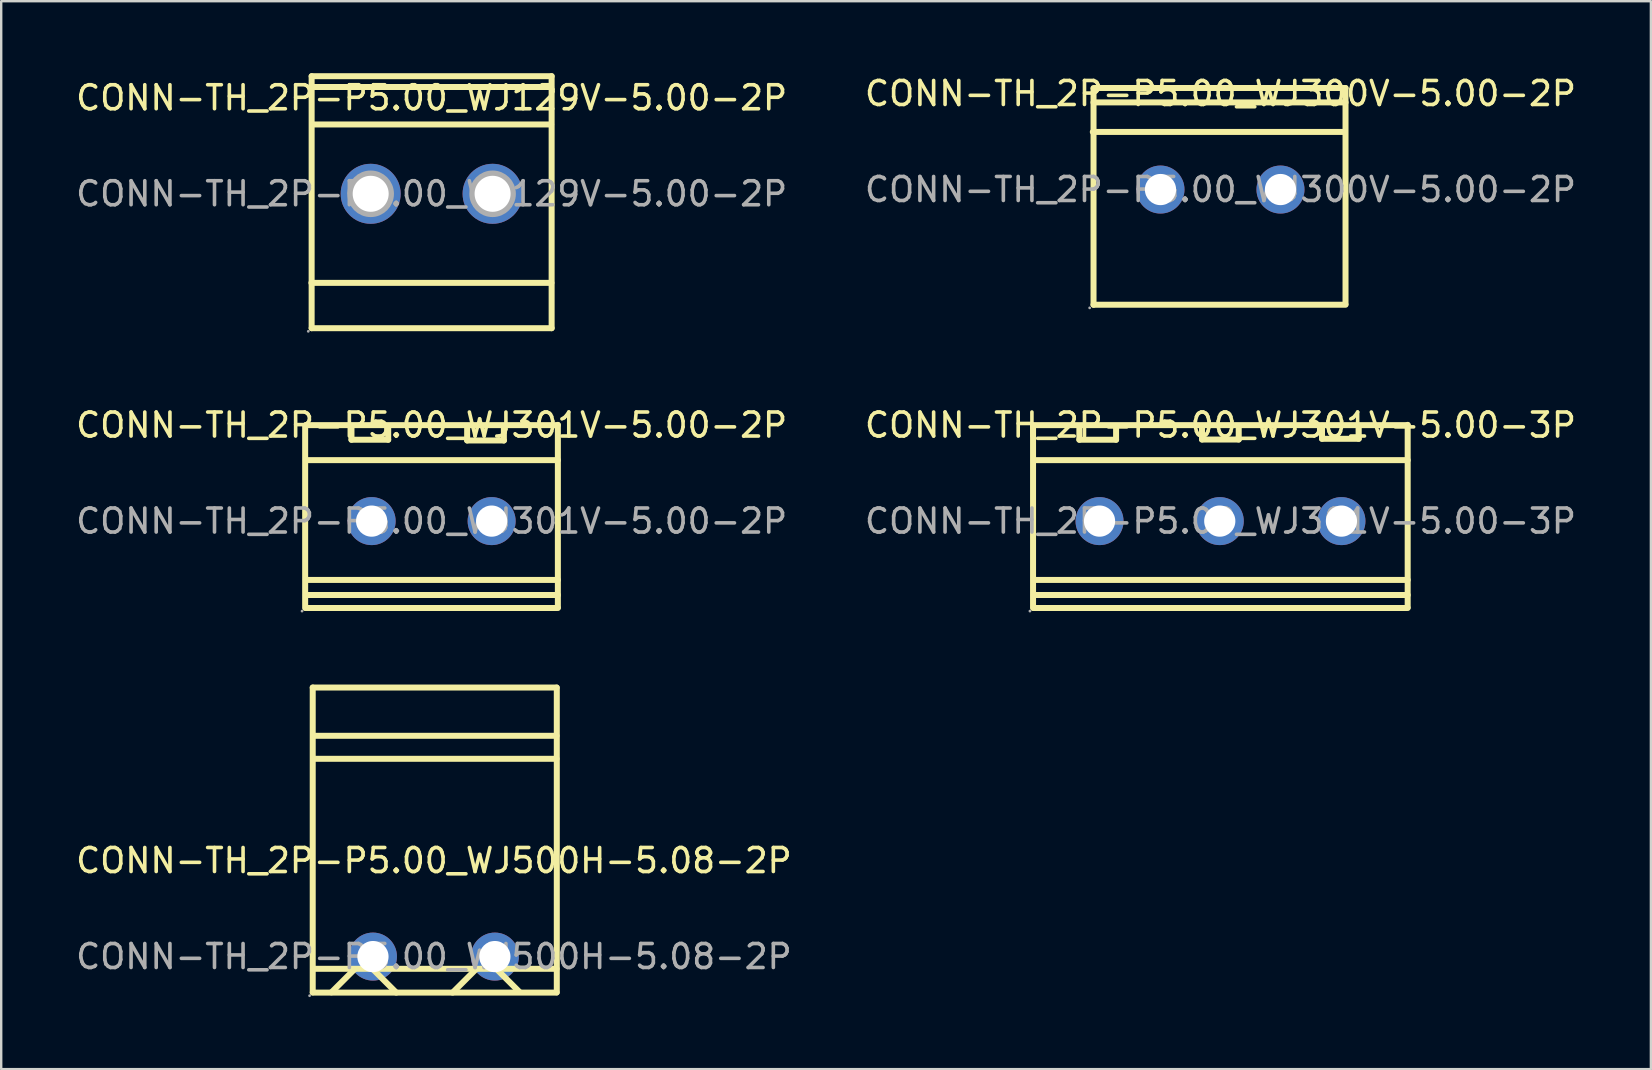
<source format=kicad_pcb>
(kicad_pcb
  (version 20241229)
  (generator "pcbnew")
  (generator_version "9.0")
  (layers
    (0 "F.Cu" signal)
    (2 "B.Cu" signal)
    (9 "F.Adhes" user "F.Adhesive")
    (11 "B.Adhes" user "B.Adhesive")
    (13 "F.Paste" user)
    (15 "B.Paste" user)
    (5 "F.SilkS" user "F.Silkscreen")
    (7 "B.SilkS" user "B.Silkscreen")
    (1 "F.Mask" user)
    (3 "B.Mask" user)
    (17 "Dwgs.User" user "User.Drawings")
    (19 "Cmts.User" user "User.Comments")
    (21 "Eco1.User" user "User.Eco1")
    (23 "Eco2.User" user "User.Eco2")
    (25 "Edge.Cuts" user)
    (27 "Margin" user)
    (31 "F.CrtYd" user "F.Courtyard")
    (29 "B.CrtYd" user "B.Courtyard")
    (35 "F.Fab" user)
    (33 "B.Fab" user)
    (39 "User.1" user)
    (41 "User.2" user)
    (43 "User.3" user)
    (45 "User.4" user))
  (footprint "CONN-TH_2P-P5.00_WJ500H-5.08-2P"
    (layer "F.Cu")
    (at 15.03 36.808)
    (property "Reference" "CONN-TH_2P-P5.00_WJ500H-5.08-2P" (at 0 -4 0) (layer "F.SilkS") (effects (font (size 1 1) (thickness 0.15))))
    (attr through_hole)
    (fp_line (start -5.05 -11.21) (end -5.05 1.49) (stroke (width 0.25) (type solid)) (layer "F.SilkS"))
    (fp_line (start -3.31 0.53) (end -4.27 1.49) (stroke (width 0.25) (type solid)) (layer "F.SilkS"))
    (fp_line (start -2.53 0.54) (end -1.57 1.5) (stroke (width 0.25) (type solid)) (layer "F.SilkS"))
    (fp_line (start 1.74 0.54) (end 0.78 1.5) (stroke (width 0.25) (type solid)) (layer "F.SilkS"))
    (fp_line (start 2.6 0.51) (end 3.56 1.47) (stroke (width 0.25) (type solid)) (layer "F.SilkS"))
    (fp_line (start 5.11 -11.21) (end -5.05 -11.21) (stroke (width 0.25) (type solid)) (layer "F.SilkS"))
    (fp_line (start 5.11 -9.2) (end -5.02 -9.2) (stroke (width 0.25) (type solid)) (layer "F.SilkS"))
    (fp_line (start 5.11 -8.24) (end -5.02 -8.24) (stroke (width 0.25) (type solid)) (layer "F.SilkS"))
    (fp_line (start 5.11 0.51) (end -5.04 0.51) (stroke (width 0.25) (type solid)) (layer "F.SilkS"))
    (fp_line (start 5.11 1.5) (end -5.05 1.5) (stroke (width 0.25) (type solid)) (layer "F.SilkS"))
    (fp_line (start 5.12 -11.21) (end 5.12 1.49) (stroke (width 0.25) (type solid)) (layer "F.SilkS"))
    (fp_circle (center -5.18 1.63) (end -5.15 1.63) (stroke (width 0.06) (type solid)) (fill no) (layer "F.Fab"))
    (fp_circle (center -2.54 0) (end -2.26 0) (stroke (width 0.55) (type solid)) (fill no) (layer "F.Fab"))
    (fp_circle (center 2.54 0) (end 2.82 0) (stroke (width 0.55) (type solid)) (fill no) (layer "F.Fab"))
    (fp_text user "${REFERENCE}" (at 0 0 0) (layer "F.Fab") (effects (font (size 1 1) (thickness 0.15))))
    (pad "1" thru_hole circle (at -2.54 0 180) (size 2 2) (drill 1.3) (layers "*.Cu" "*.Paste" "*.Mask"))
    (pad "2" thru_hole circle (at 2.54 0 180) (size 2 2) (drill 1.3) (layers "*.Cu" "*.Paste" "*.Mask")))
  (footprint "CONN-TH_2P-P5.00_WJ129V-5.00-2P"
    (layer "F.Cu")
    (at 14.935 5.025)
    (property "Reference" "CONN-TH_2P-P5.00_WJ129V-5.00-2P" (at 0 -4 0) (layer "F.SilkS") (effects (font (size 1 1) (thickness 0.15))))
    (attr through_hole)
    (fp_line (start -5.01 3.71) (end 4.99 3.71) (stroke (width 0.25) (type solid)) (layer "F.SilkS"))
    (fp_line (start -5 -4.9) (end -5 5.6) (stroke (width 0.25) (type solid)) (layer "F.SilkS"))
    (fp_line (start -5 -4.9) (end 5 -4.9) (stroke (width 0.25) (type solid)) (layer "F.SilkS"))
    (fp_line (start -5 5.6) (end 5 5.6) (stroke (width 0.25) (type solid)) (layer "F.SilkS"))
    (fp_line (start -4.99 -4.45) (end 4.98 -4.45) (stroke (width 0.25) (type solid)) (layer "F.SilkS"))
    (fp_line (start -4.98 -2.89) (end 4.98 -2.89) (stroke (width 0.25) (type solid)) (layer "F.SilkS"))
    (fp_line (start 5 -4.9) (end 5 5.6) (stroke (width 0.25) (type solid)) (layer "F.SilkS"))
    (fp_circle (center -5.14 5.73) (end -5.11 5.73) (stroke (width 0.06) (type solid)) (fill no) (layer "F.Fab"))
    (fp_circle (center -2.54 0) (end -2.22 0) (stroke (width 0.65) (type solid)) (fill no) (layer "F.Fab"))
    (fp_circle (center 2.54 0) (end 2.86 0) (stroke (width 0.65) (type solid)) (fill no) (layer "F.Fab"))
    (fp_text user "${REFERENCE}" (at 0 0 0) (layer "F.Fab") (effects (font (size 1 1) (thickness 0.15))))
    (pad "1" thru_hole circle (at -2.54 0) (size 2.5 2.5) (drill 1.5) (layers "*.Cu" "*.Paste" "*.Mask"))
    (pad "2" thru_hole circle (at 2.54 0) (size 2.5 2.5) (drill 1.5) (layers "*.Cu" "*.Paste" "*.Mask")))
  (footprint "CONN-TH_2P-P5.00_WJ300V-5.00-2P"
    (layer "F.Cu")
    (at 47.804 4.848)
    (property "Reference" "CONN-TH_2P-P5.00_WJ300V-5.00-2P" (at 0 -4 0) (layer "F.SilkS") (effects (font (size 1 1) (thickness 0.15))))
    (attr through_hole)
    (fp_line (start -5.32 -2.4) (end 5.18 -2.4) (stroke (width 0.25) (type solid)) (layer "F.SilkS"))
    (fp_line (start -5.29 -4.23) (end 5.21 -4.23) (stroke (width 0.25) (type solid)) (layer "F.SilkS"))
    (fp_line (start -5.29 -4.2) (end -5.29 4.8) (stroke (width 0.25) (type solid)) (layer "F.SilkS"))
    (fp_line (start -5.29 -3.63) (end 5.21 -3.63) (stroke (width 0.25) (type solid)) (layer "F.SilkS"))
    (fp_line (start -5.29 4.8) (end 5.21 4.8) (stroke (width 0.25) (type solid)) (layer "F.SilkS"))
    (fp_line (start 5.21 -4.23) (end 5.21 4.77) (stroke (width 0.25) (type solid)) (layer "F.SilkS"))
    (fp_circle (center -5.45 4.93) (end -5.42 4.93) (stroke (width 0.06) (type solid)) (fill no) (layer "F.Fab"))
    (fp_circle (center -2.5 0) (end -2.22 0) (stroke (width 0.55) (type solid)) (fill no) (layer "F.Fab"))
    (fp_circle (center 2.5 0) (end 2.78 0) (stroke (width 0.55) (type solid)) (fill no) (layer "F.Fab"))
    (fp_text user "${REFERENCE}" (at 0 0 0) (layer "F.Fab") (effects (font (size 1 1) (thickness 0.15))))
    (pad "1" thru_hole circle (at -2.5 0) (size 2 2) (drill 1.3) (layers "*.Cu" "*.Paste" "*.Mask"))
    (pad "2" thru_hole circle (at 2.5 0) (size 2 2) (drill 1.3) (layers "*.Cu" "*.Paste" "*.Mask")))
  (footprint "CONN-TH_2P-P5.00_WJ301V-5.00-2P"
    (layer "F.Cu")
    (at 14.935 18.663)
    (property "Reference" "CONN-TH_2P-P5.00_WJ301V-5.00-2P" (at 0 -4 0) (layer "F.SilkS") (effects (font (size 1 1) (thickness 0.15))))
    (attr through_hole)
    (fp_line (start -5.27 -3.98) (end -5.27 3.62) (stroke (width 0.25) (type solid)) (layer "F.SilkS"))
    (fp_line (start -5.24 -4) (end 5.26 -4) (stroke (width 0.25) (type solid)) (layer "F.SilkS"))
    (fp_line (start -5.24 -2.54) (end 5.26 -2.54) (stroke (width 0.25) (type solid)) (layer "F.SilkS"))
    (fp_line (start -5.24 2.45) (end 5.26 2.45) (stroke (width 0.25) (type solid)) (layer "F.SilkS"))
    (fp_line (start -5.24 3.08) (end 5.26 3.08) (stroke (width 0.25) (type solid)) (layer "F.SilkS"))
    (fp_line (start -5.24 3.62) (end 5.26 3.62) (stroke (width 0.25) (type solid)) (layer "F.SilkS"))
    (fp_line (start -3.34 -3.93) (end -3.34 -3.39) (stroke (width 0.25) (type solid)) (layer "F.SilkS"))
    (fp_line (start -3.34 -3.39) (end -1.81 -3.39) (stroke (width 0.25) (type solid)) (layer "F.SilkS"))
    (fp_line (start -1.81 -3.39) (end -1.81 -3.93) (stroke (width 0.25) (type solid)) (layer "F.SilkS"))
    (fp_line (start 1.48 -3.9) (end 1.48 -3.36) (stroke (width 0.25) (type solid)) (layer "F.SilkS"))
    (fp_line (start 1.48 -3.36) (end 3.01 -3.36) (stroke (width 0.25) (type solid)) (layer "F.SilkS"))
    (fp_line (start 3.01 -3.36) (end 3.01 -3.9) (stroke (width 0.25) (type solid)) (layer "F.SilkS"))
    (fp_line (start 5.26 -4.01) (end 5.26 3.59) (stroke (width 0.25) (type solid)) (layer "F.SilkS"))
    (fp_circle (center -5.4 3.75) (end -5.37 3.75) (stroke (width 0.06) (type solid)) (fill no) (layer "F.Fab"))
    (fp_circle (center -2.5 0) (end -2.22 0) (stroke (width 0.55) (type solid)) (fill no) (layer "F.Fab"))
    (fp_circle (center 2.5 0) (end 2.78 0) (stroke (width 0.55) (type solid)) (fill no) (layer "F.Fab"))
    (fp_text user "${REFERENCE}" (at 0 0 0) (layer "F.Fab") (effects (font (size 1 1) (thickness 0.15))))
    (pad "1" thru_hole circle (at -2.5 0) (size 2 2) (drill 1.3) (layers "*.Cu" "*.Paste" "*.Mask"))
    (pad "2" thru_hole circle (at 2.5 0) (size 2 2) (drill 1.3) (layers "*.Cu" "*.Paste" "*.Mask")))
  (footprint "CONN-TH_2P-P5.00_WJ301V-5.00-3P"
    (layer "F.Cu")
    (at 47.804 18.663)
    (property "Reference" "CONN-TH_2P-P5.00_WJ301V-5.00-3P" (at 0 -4 0) (layer "F.SilkS") (effects (font (size 1 1) (thickness 0.15))))
    (attr through_hole)
    (fp_line (start -7.81 -3.98) (end -7.81 3.62) (stroke (width 0.25) (type solid)) (layer "F.SilkS"))
    (fp_line (start -7.78 -4) (end 7.8 -4) (stroke (width 0.25) (type solid)) (layer "F.SilkS"))
    (fp_line (start -7.78 -2.54) (end 7.8 -2.54) (stroke (width 0.25) (type solid)) (layer "F.SilkS"))
    (fp_line (start -7.78 2.45) (end 7.8 2.45) (stroke (width 0.25) (type solid)) (layer "F.SilkS"))
    (fp_line (start -7.78 3.08) (end 7.8 3.08) (stroke (width 0.25) (type solid)) (layer "F.SilkS"))
    (fp_line (start -7.78 3.62) (end 7.8 3.62) (stroke (width 0.25) (type solid)) (layer "F.SilkS"))
    (fp_line (start -5.88 -3.93) (end -5.88 -3.39) (stroke (width 0.25) (type solid)) (layer "F.SilkS"))
    (fp_line (start -5.88 -3.39) (end -4.35 -3.39) (stroke (width 0.25) (type solid)) (layer "F.SilkS"))
    (fp_line (start -4.35 -3.39) (end -4.35 -3.93) (stroke (width 0.25) (type solid)) (layer "F.SilkS"))
    (fp_line (start -0.77 -3.94) (end -0.77 -3.4) (stroke (width 0.25) (type solid)) (layer "F.SilkS"))
    (fp_line (start -0.77 -3.4) (end 0.76 -3.4) (stroke (width 0.25) (type solid)) (layer "F.SilkS"))
    (fp_line (start 0.76 -3.4) (end 0.76 -3.94) (stroke (width 0.25) (type solid)) (layer "F.SilkS"))
    (fp_line (start 4.23 -3.97) (end 4.23 -3.43) (stroke (width 0.25) (type solid)) (layer "F.SilkS"))
    (fp_line (start 4.23 -3.43) (end 5.76 -3.43) (stroke (width 0.25) (type solid)) (layer "F.SilkS"))
    (fp_line (start 5.76 -3.43) (end 5.76 -3.97) (stroke (width 0.25) (type solid)) (layer "F.SilkS"))
    (fp_line (start 7.8 -4.01) (end 7.8 3.59) (stroke (width 0.25) (type solid)) (layer "F.SilkS"))
    (fp_circle (center -7.94 3.75) (end -7.91 3.75) (stroke (width 0.06) (type solid)) (fill no) (layer "F.Fab"))
    (fp_circle (center -5.04 0) (end -4.76 0) (stroke (width 0.55) (type solid)) (fill no) (layer "F.Fab"))
    (fp_circle (center -0.03 0) (end 0.25 0) (stroke (width 0.55) (type solid)) (fill no) (layer "F.Fab"))
    (fp_circle (center 5.04 0) (end 5.32 0) (stroke (width 0.55) (type solid)) (fill no) (layer "F.Fab"))
    (fp_text user "${REFERENCE}" (at 0 0 0) (layer "F.Fab") (effects (font (size 1 1) (thickness 0.15))))
    (pad "1" thru_hole circle (at -5.04 0) (size 2 2) (drill 1.3) (layers "*.Cu" "*.Paste" "*.Mask"))
    (pad "2" thru_hole circle (at -0.03 0) (size 2 2) (drill 1.3) (layers "*.Cu" "*.Paste" "*.Mask"))
    (pad "3" thru_hole circle (at 5.04 0) (size 2 2) (drill 1.3) (layers "*.Cu" "*.Paste" "*.Mask")))
  (gr_rect
    (start -3 -3)
    (end 65.738 41.498)
    (stroke (width 0.1) (type default))
    (fill no)
    (layer "Edge.Cuts")))
</source>
